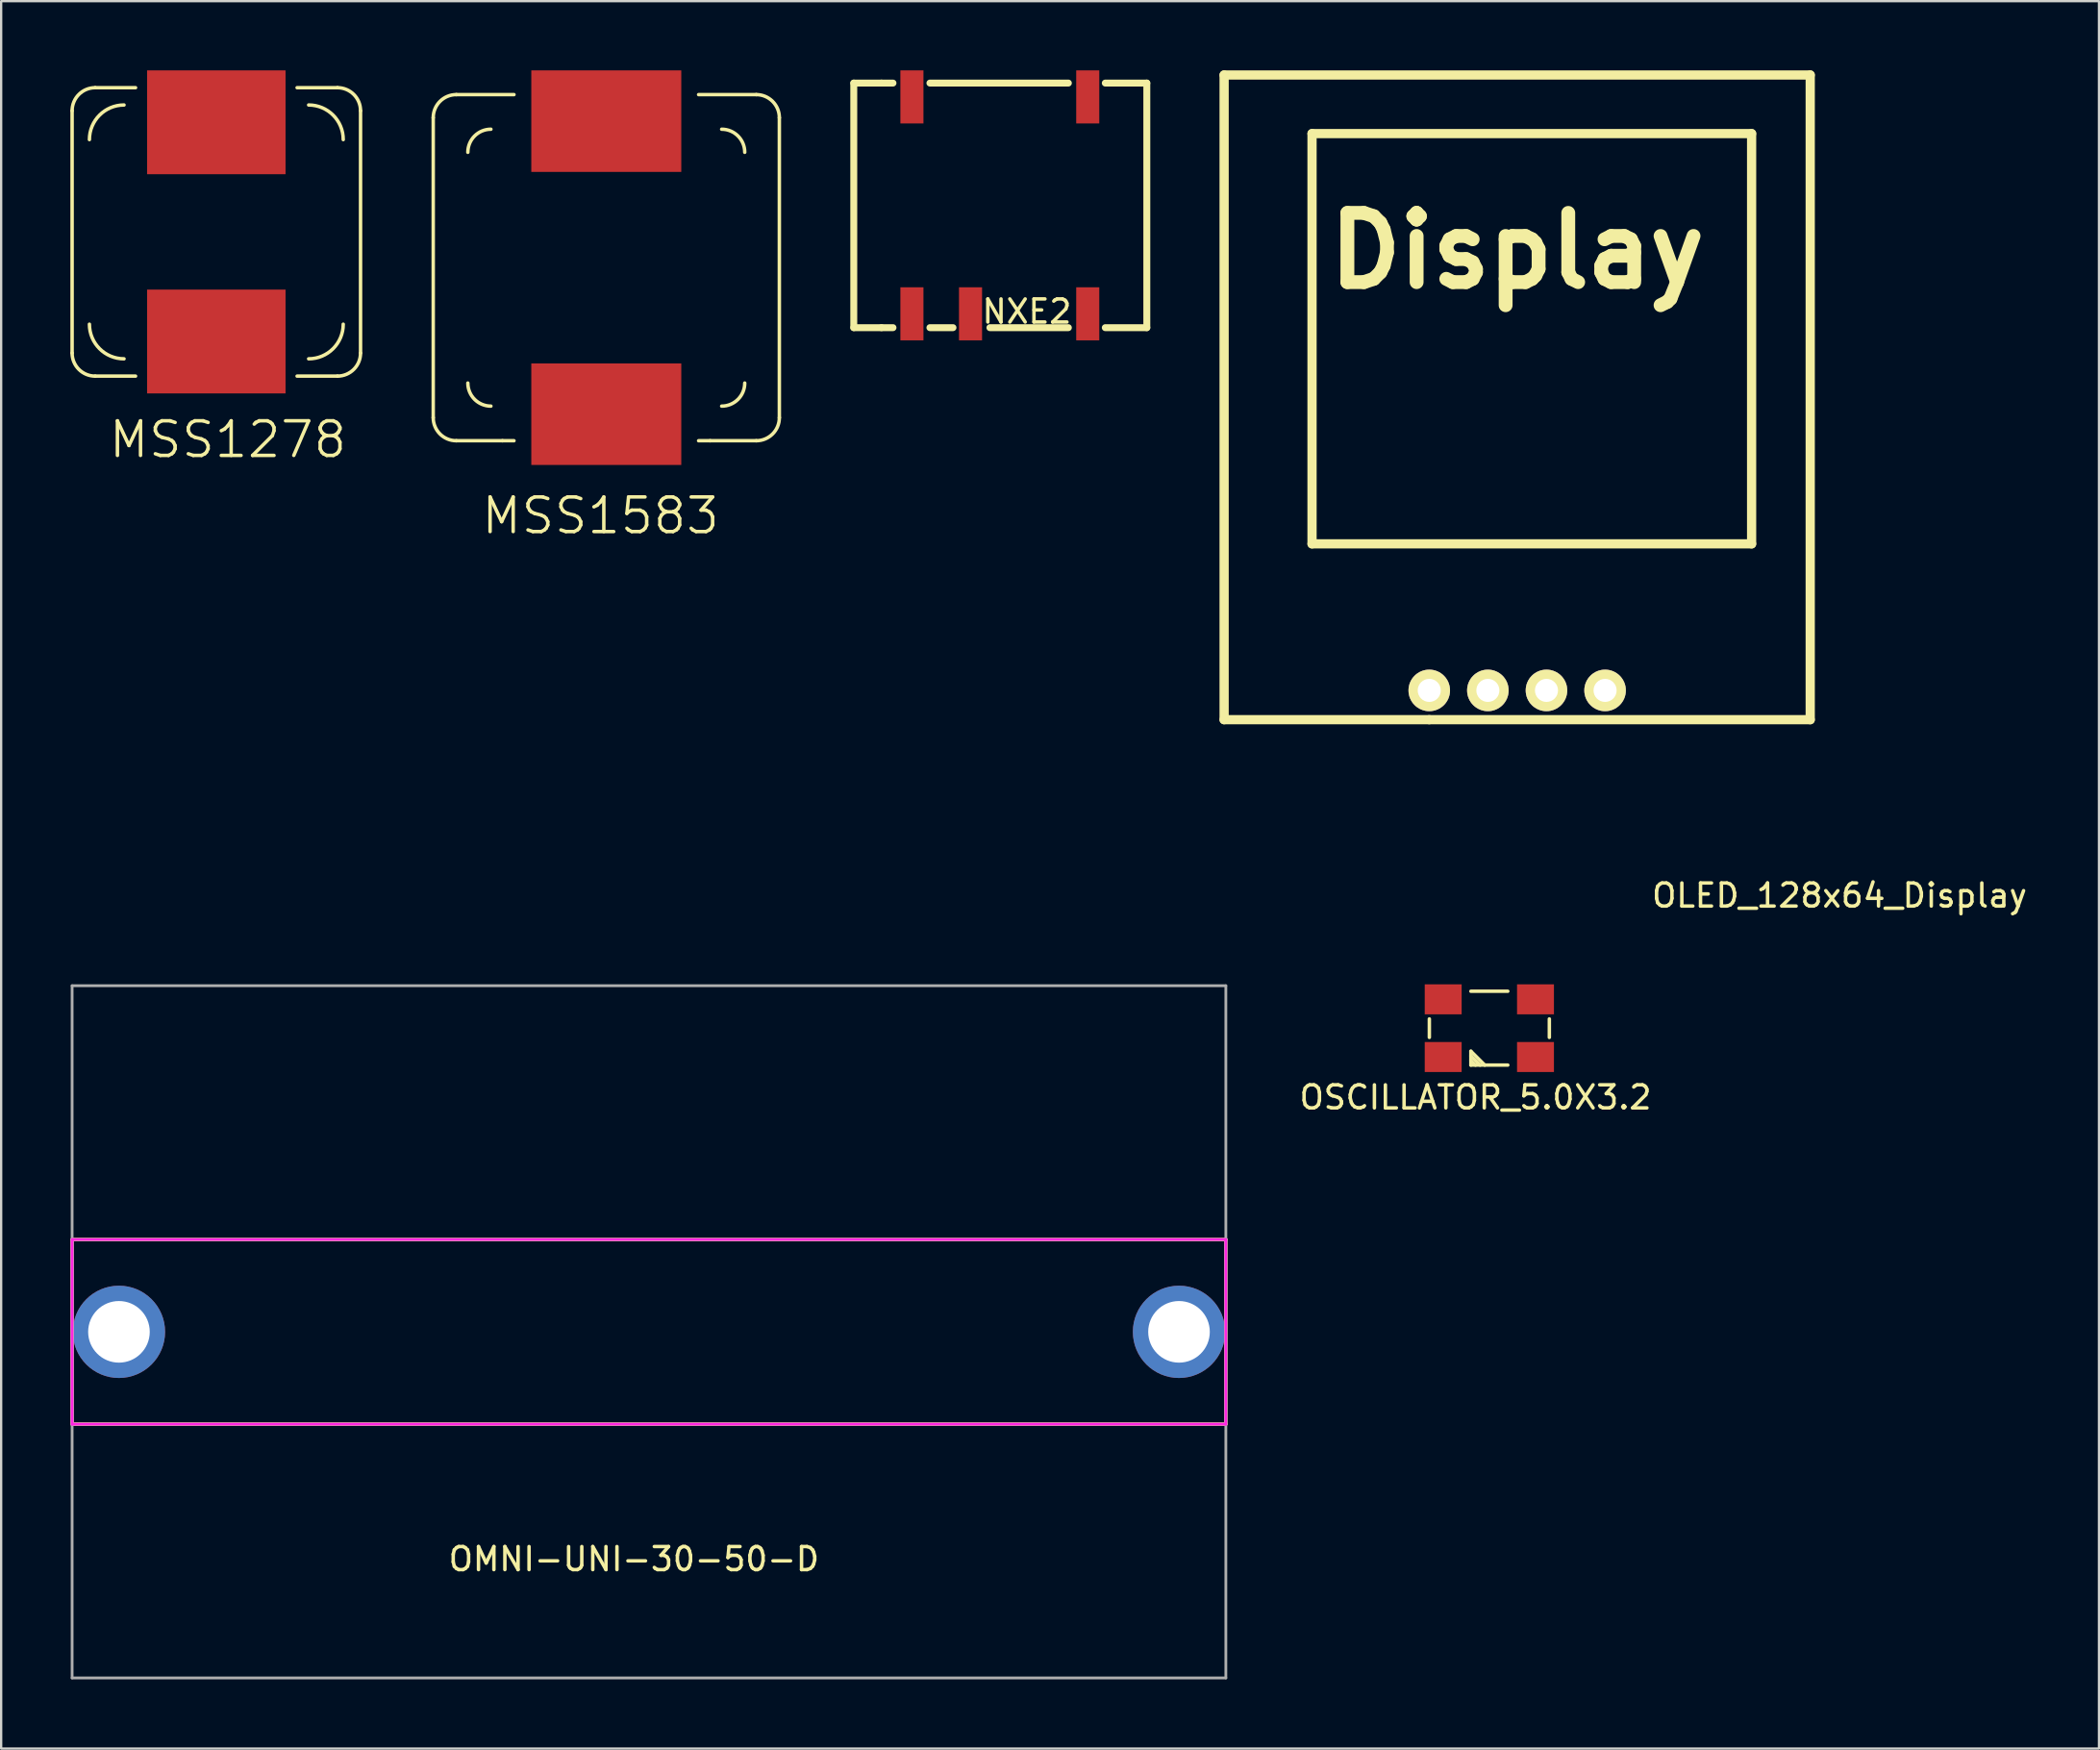
<source format=kicad_pcb>
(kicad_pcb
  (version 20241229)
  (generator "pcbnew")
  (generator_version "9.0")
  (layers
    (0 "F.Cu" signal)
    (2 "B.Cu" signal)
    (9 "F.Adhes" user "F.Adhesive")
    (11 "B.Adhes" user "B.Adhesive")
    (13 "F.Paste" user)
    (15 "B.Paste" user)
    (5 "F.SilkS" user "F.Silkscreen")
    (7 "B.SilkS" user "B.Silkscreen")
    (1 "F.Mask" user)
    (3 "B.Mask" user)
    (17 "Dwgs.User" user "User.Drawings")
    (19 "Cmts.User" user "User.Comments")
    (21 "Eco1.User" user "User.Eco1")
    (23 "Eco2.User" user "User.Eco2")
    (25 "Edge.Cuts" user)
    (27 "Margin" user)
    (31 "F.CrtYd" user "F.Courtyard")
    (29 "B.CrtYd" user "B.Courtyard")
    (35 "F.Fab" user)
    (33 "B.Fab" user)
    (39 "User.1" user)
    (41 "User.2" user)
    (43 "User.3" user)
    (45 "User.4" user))
  (footprint "OMNI-UNI-30-50-D"
    (layer "F.Cu")
    (at 25.075 54.668)
    (property "Reference" "OMNI-UNI-30-50-D" (at -0.65 9.85 0) (layer "F.SilkS") (effects (font (size 1 1) (thickness 0.15))))
    (attr through_hole)
    (fp_line (start -25 -4) (end -25 4) (stroke (width 0.15) (type solid)) (layer "F.SilkS"))
    (fp_line (start -25 4) (end 25 4) (stroke (width 0.15) (type solid)) (layer "F.SilkS"))
    (fp_line (start 25 -4) (end -25 -4) (stroke (width 0.15) (type solid)) (layer "F.SilkS"))
    (fp_line (start 25 4) (end 25 -4) (stroke (width 0.15) (type solid)) (layer "F.SilkS"))
    (fp_line (start -25 -4) (end 25 -4) (stroke (width 0.12) (type solid)) (layer "F.CrtYd"))
    (fp_line (start -25 4) (end -25 -4) (stroke (width 0.12) (type solid)) (layer "F.CrtYd"))
    (fp_line (start 25 -4) (end 25 4) (stroke (width 0.12) (type solid)) (layer "F.CrtYd"))
    (fp_line (start 25 4) (end -25 4) (stroke (width 0.12) (type solid)) (layer "F.CrtYd"))
    (fp_line (start -25 -15) (end -25 15) (stroke (width 0.12) (type solid)) (layer "F.Fab"))
    (fp_line (start -25 15) (end 25 15) (stroke (width 0.12) (type solid)) (layer "F.Fab"))
    (fp_line (start 25 -15) (end -25 -15) (stroke (width 0.12) (type solid)) (layer "F.Fab"))
    (fp_line (start 25 15) (end 25 -15) (stroke (width 0.12) (type solid)) (layer "F.Fab"))
    (pad "1" thru_hole circle (at -22.97 0) (size 4 4) (drill 2.67) (layers "*.Cu" "*.Mask"))
    (pad "1" thru_hole circle (at 22.97 0) (size 4 4) (drill 2.67) (layers "*.Cu" "*.Mask")))
  (footprint "MSS1278"
    (layer "F.Cu")
    (at 6.325 7)
    (property "Reference" "MSS1278" (at 0.5 9 0) (layer "F.SilkS") (effects (font (size 1.5 1.5) (thickness 0.15))))
    (attr through_hole)
    (fp_line (start -6.25 -5.25) (end -6.25 5.25) (stroke (width 0.15) (type solid)) (layer "F.SilkS"))
    (fp_line (start -5.25 -6.25) (end -3.5 -6.25) (stroke (width 0.15) (type solid)) (layer "F.SilkS"))
    (fp_line (start -5.25 6.25) (end -3.5 6.25) (stroke (width 0.15) (type solid)) (layer "F.SilkS"))
    (fp_line (start 5.25 -6.25) (end 3.5 -6.25) (stroke (width 0.15) (type solid)) (layer "F.SilkS"))
    (fp_line (start 5.25 6.25) (end 3.5 6.25) (stroke (width 0.15) (type solid)) (layer "F.SilkS"))
    (fp_line (start 6.25 -5.25) (end 6.25 5.25) (stroke (width 0.15) (type solid)) (layer "F.SilkS"))
    (fp_arc (start -6.25 -5.25) (mid -5.957107 -5.957107) (end -5.25 -6.25) (stroke (width 0.15) (type solid)) (layer "F.SilkS"))
    (fp_arc (start -5.5 -4) (mid -5.06066 -5.06066) (end -4 -5.5) (stroke (width 0.15) (type solid)) (layer "F.SilkS"))
    (fp_arc (start -5.25 6.25) (mid -5.957107 5.957107) (end -6.25 5.25) (stroke (width 0.15) (type solid)) (layer "F.SilkS"))
    (fp_arc (start -4 5.5) (mid -5.06066 5.06066) (end -5.5 4) (stroke (width 0.15) (type solid)) (layer "F.SilkS"))
    (fp_arc (start 4 -5.5) (mid 5.06066 -5.06066) (end 5.5 -4) (stroke (width 0.15) (type solid)) (layer "F.SilkS"))
    (fp_arc (start 5.25 -6.25) (mid 5.957107 -5.957107) (end 6.25 -5.25) (stroke (width 0.15) (type solid)) (layer "F.SilkS"))
    (fp_arc (start 5.5 4) (mid 5.06066 5.06066) (end 4 5.5) (stroke (width 0.15) (type solid)) (layer "F.SilkS"))
    (fp_arc (start 6.25 5.25) (mid 5.957107 5.957107) (end 5.25 6.25) (stroke (width 0.15) (type solid)) (layer "F.SilkS"))
    (pad "1" smd rect (at 0 -4.75) (size 6 4.5) (layers "F.Cu" "F.Mask" "F.Paste"))
    (pad "2" smd rect (at 0 4.75) (size 6 4.5) (layers "F.Cu" "F.Mask" "F.Paste")))
  (footprint "MSS1583"
    (layer "F.Cu")
    (at 23.225 8.55)
    (property "Reference" "MSS1583" (at -0.25 10.75 0) (layer "F.SilkS") (effects (font (size 1.5 1.5) (thickness 0.15))))
    (attr through_hole)
    (fp_line (start -7.5 6.5) (end -7.5 -6.5) (stroke (width 0.15) (type solid)) (layer "F.SilkS"))
    (fp_line (start -6.5 -7.5) (end -4 -7.5) (stroke (width 0.15) (type solid)) (layer "F.SilkS"))
    (fp_line (start -6.5 7.5) (end -4.5 7.5) (stroke (width 0.15) (type solid)) (layer "F.SilkS"))
    (fp_line (start -4.5 7.5) (end -4 7.5) (stroke (width 0.15) (type solid)) (layer "F.SilkS"))
    (fp_line (start 4.5 7.5) (end 4 7.5) (stroke (width 0.15) (type solid)) (layer "F.SilkS"))
    (fp_line (start 6.5 -7.5) (end 4 -7.5) (stroke (width 0.15) (type solid)) (layer "F.SilkS"))
    (fp_line (start 6.5 7.5) (end 4.5 7.5) (stroke (width 0.15) (type solid)) (layer "F.SilkS"))
    (fp_line (start 7.5 -6.5) (end 7.5 6.5) (stroke (width 0.15) (type solid)) (layer "F.SilkS"))
    (fp_arc (start -7.5 -6.5) (mid -7.207107 -7.207107) (end -6.5 -7.5) (stroke (width 0.15) (type solid)) (layer "F.SilkS"))
    (fp_arc (start -6.5 7.5) (mid -7.207107 7.207107) (end -7.5 6.5) (stroke (width 0.15) (type solid)) (layer "F.SilkS"))
    (fp_arc (start -6 -5) (mid -5.707107 -5.707107) (end -5 -6) (stroke (width 0.15) (type solid)) (layer "F.SilkS"))
    (fp_arc (start -5 6) (mid -5.707107 5.707107) (end -6 5) (stroke (width 0.15) (type solid)) (layer "F.SilkS"))
    (fp_arc (start 5 -6) (mid 5.707107 -5.707107) (end 6 -5) (stroke (width 0.15) (type solid)) (layer "F.SilkS"))
    (fp_arc (start 6 5) (mid 5.707107 5.707107) (end 5 6) (stroke (width 0.15) (type solid)) (layer "F.SilkS"))
    (fp_arc (start 6.5 -7.5) (mid 7.207107 -7.207107) (end 7.5 -6.5) (stroke (width 0.15) (type solid)) (layer "F.SilkS"))
    (fp_arc (start 7.5 6.5) (mid 7.207107 7.207107) (end 6.5 7.5) (stroke (width 0.15) (type solid)) (layer "F.SilkS"))
    (pad "1" smd rect (at 0 -6.35) (size 6.5 4.4) (layers "F.Cu" "F.Mask" "F.Paste"))
    (pad "2" smd rect (at 0 6.35) (size 6.5 4.4) (layers "F.Cu" "F.Mask" "F.Paste")))
  (footprint "NXE2"
    (layer "F.Cu")
    (at 41.55 5.85)
    (property "Reference" "NXE2" (at -0.1 4.6 0) (layer "F.SilkS") (effects (font (size 1 1) (thickness 0.15))))
    (attr through_hole)
    (fp_line (start -7.6 -5.3) (end -7.6 5.3) (stroke (width 0.3) (type solid)) (layer "F.SilkS"))
    (fp_line (start -7.6 -5.3) (end -6.4 -5.3) (stroke (width 0.3) (type solid)) (layer "F.SilkS"))
    (fp_line (start -7.6 5.3) (end -6.4 5.3) (stroke (width 0.3) (type solid)) (layer "F.SilkS"))
    (fp_line (start -6.4 -5.3) (end -5.9 -5.3) (stroke (width 0.3) (type solid)) (layer "F.SilkS"))
    (fp_line (start -6.4 5.3) (end -5.9 5.3) (stroke (width 0.3) (type solid)) (layer "F.SilkS"))
    (fp_line (start -4.3 -5.3) (end 1.7 -5.3) (stroke (width 0.3) (type solid)) (layer "F.SilkS"))
    (fp_line (start -3.3 5.3) (end -4.3 5.3) (stroke (width 0.3) (type solid)) (layer "F.SilkS"))
    (fp_line (start 1.7 5.3) (end -1.7 5.3) (stroke (width 0.3) (type solid)) (layer "F.SilkS"))
    (fp_line (start 5.1 -5.3) (end 3.3 -5.3) (stroke (width 0.3) (type solid)) (layer "F.SilkS"))
    (fp_line (start 5.1 -5.3) (end 5.1 5.3) (stroke (width 0.3) (type solid)) (layer "F.SilkS"))
    (fp_line (start 5.1 5.3) (end 3.3 5.3) (stroke (width 0.3) (type solid)) (layer "F.SilkS"))
    (pad "1" smd rect (at -5.08 4.7) (size 1 2.3) (layers "F.Cu" "F.Mask" "F.Paste"))
    (pad "3" smd rect (at -2.54 4.7) (size 1 2.3) (layers "F.Cu" "F.Mask" "F.Paste"))
    (pad "7" smd rect (at 2.54 4.7) (size 1 2.3) (layers "F.Cu" "F.Mask" "F.Paste"))
    (pad "8" smd rect (at 2.54 -4.7) (size 1 2.3) (layers "F.Cu" "F.Mask" "F.Paste"))
    (pad "14" smd rect (at -5.08 -4.7) (size 1 2.3) (layers "F.Cu" "F.Mask" "F.Paste")))
  (footprint "OSCILLATOR_5.0X3.2"
    (layer "F.Cu")
    (at 61.494 41.508)
    (property "Reference" "OSCILLATOR_5.0X3.2" (at -0.6 3 0) (layer "F.SilkS") (effects (font (size 1 1) (thickness 0.15))))
    (attr through_hole)
    (fp_line (start -2.6 -0.4) (end -2.6 0.4) (stroke (width 0.15) (type solid)) (layer "F.SilkS"))
    (fp_line (start -0.8 -1.6) (end 0.8 -1.6) (stroke (width 0.15) (type solid)) (layer "F.SilkS"))
    (fp_line (start -0.8 1) (end -0.2 1.6) (stroke (width 0.15) (type solid)) (layer "F.SilkS"))
    (fp_line (start -0.8 1.2) (end -0.4 1.6) (stroke (width 0.15) (type solid)) (layer "F.SilkS"))
    (fp_line (start -0.8 1.4) (end -0.6 1.6) (stroke (width 0.15) (type solid)) (layer "F.SilkS"))
    (fp_line (start -0.8 1.6) (end -0.8 1) (stroke (width 0.15) (type solid)) (layer "F.SilkS"))
    (fp_line (start -0.8 1.6) (end 0.8 1.6) (stroke (width 0.15) (type solid)) (layer "F.SilkS"))
    (fp_line (start 2.6 -0.4) (end 2.6 0.4) (stroke (width 0.15) (type solid)) (layer "F.SilkS"))
    (pad "1" smd rect (at -2 1.25) (size 1.6 1.3) (layers "F.Cu" "F.Mask" "F.Paste"))
    (pad "2" smd rect (at 2 1.25) (size 1.6 1.3) (layers "F.Cu" "F.Mask" "F.Paste"))
    (pad "3" smd rect (at 2 -1.25) (size 1.6 1.3) (layers "F.Cu" "F.Mask" "F.Paste"))
    (pad "4" smd rect (at -2 -1.25) (size 1.6 1.3) (layers "F.Cu" "F.Mask" "F.Paste")))
  (footprint "OLED_128x64_Display"
    (layer "F.Cu")
    (at 62.7 26.87)
    (property "Reference" "OLED_128x64_Display" (at 13.97 8.89 0) (layer "F.SilkS") (effects (font (size 1 1) (thickness 0.15))))
    (attr through_hole)
    (fp_line (start -12.7 -26.67) (end 12.7 -26.67) (stroke (width 0.4) (type solid)) (layer "F.SilkS"))
    (fp_line (start -12.7 1.27) (end -12.7 -26.67) (stroke (width 0.4) (type solid)) (layer "F.SilkS"))
    (fp_line (start -8.89 -24.13) (end 10.16 -24.13) (stroke (width 0.4) (type solid)) (layer "F.SilkS"))
    (fp_line (start -8.89 -6.35) (end -8.89 -24.13) (stroke (width 0.4) (type solid)) (layer "F.SilkS"))
    (fp_line (start -3.81 1.27) (end -12.7 1.27) (stroke (width 0.4) (type solid)) (layer "F.SilkS"))
    (fp_line (start 10.16 -24.13) (end 10.16 -6.35) (stroke (width 0.4) (type solid)) (layer "F.SilkS"))
    (fp_line (start 10.16 -6.35) (end -8.89 -6.35) (stroke (width 0.4) (type solid)) (layer "F.SilkS"))
    (fp_line (start 12.7 -26.67) (end 12.7 1.27) (stroke (width 0.4) (type solid)) (layer "F.SilkS"))
    (fp_line (start 12.7 1.27) (end -3.81 1.27) (stroke (width 0.4) (type solid)) (layer "F.SilkS"))
    (fp_text user "Display" (at 0 -19.05 0) (layer "F.SilkS") (effects (font (size 3 3) (thickness 0.6))))
    (pad "1" thru_hole circle (at -3.81 0) (size 1.8 1.8) (drill 1) (layers "*.Cu" "*.Mask" "F.SilkS"))
    (pad "2" thru_hole circle (at -1.27 0) (size 1.8 1.8) (drill 1) (layers "*.Cu" "*.Mask" "F.SilkS"))
    (pad "3" thru_hole circle (at 1.27 0) (size 1.8 1.8) (drill 1) (layers "*.Cu" "*.Mask" "F.SilkS"))
    (pad "4" thru_hole circle (at 3.81 0) (size 1.8 1.8) (drill 1) (layers "*.Cu" "*.Mask" "F.SilkS")))
  (gr_rect
    (start -3 -3)
    (end 87.914 72.728)
    (stroke (width 0.1) (type default))
    (fill no)
    (layer "Edge.Cuts")))
</source>
